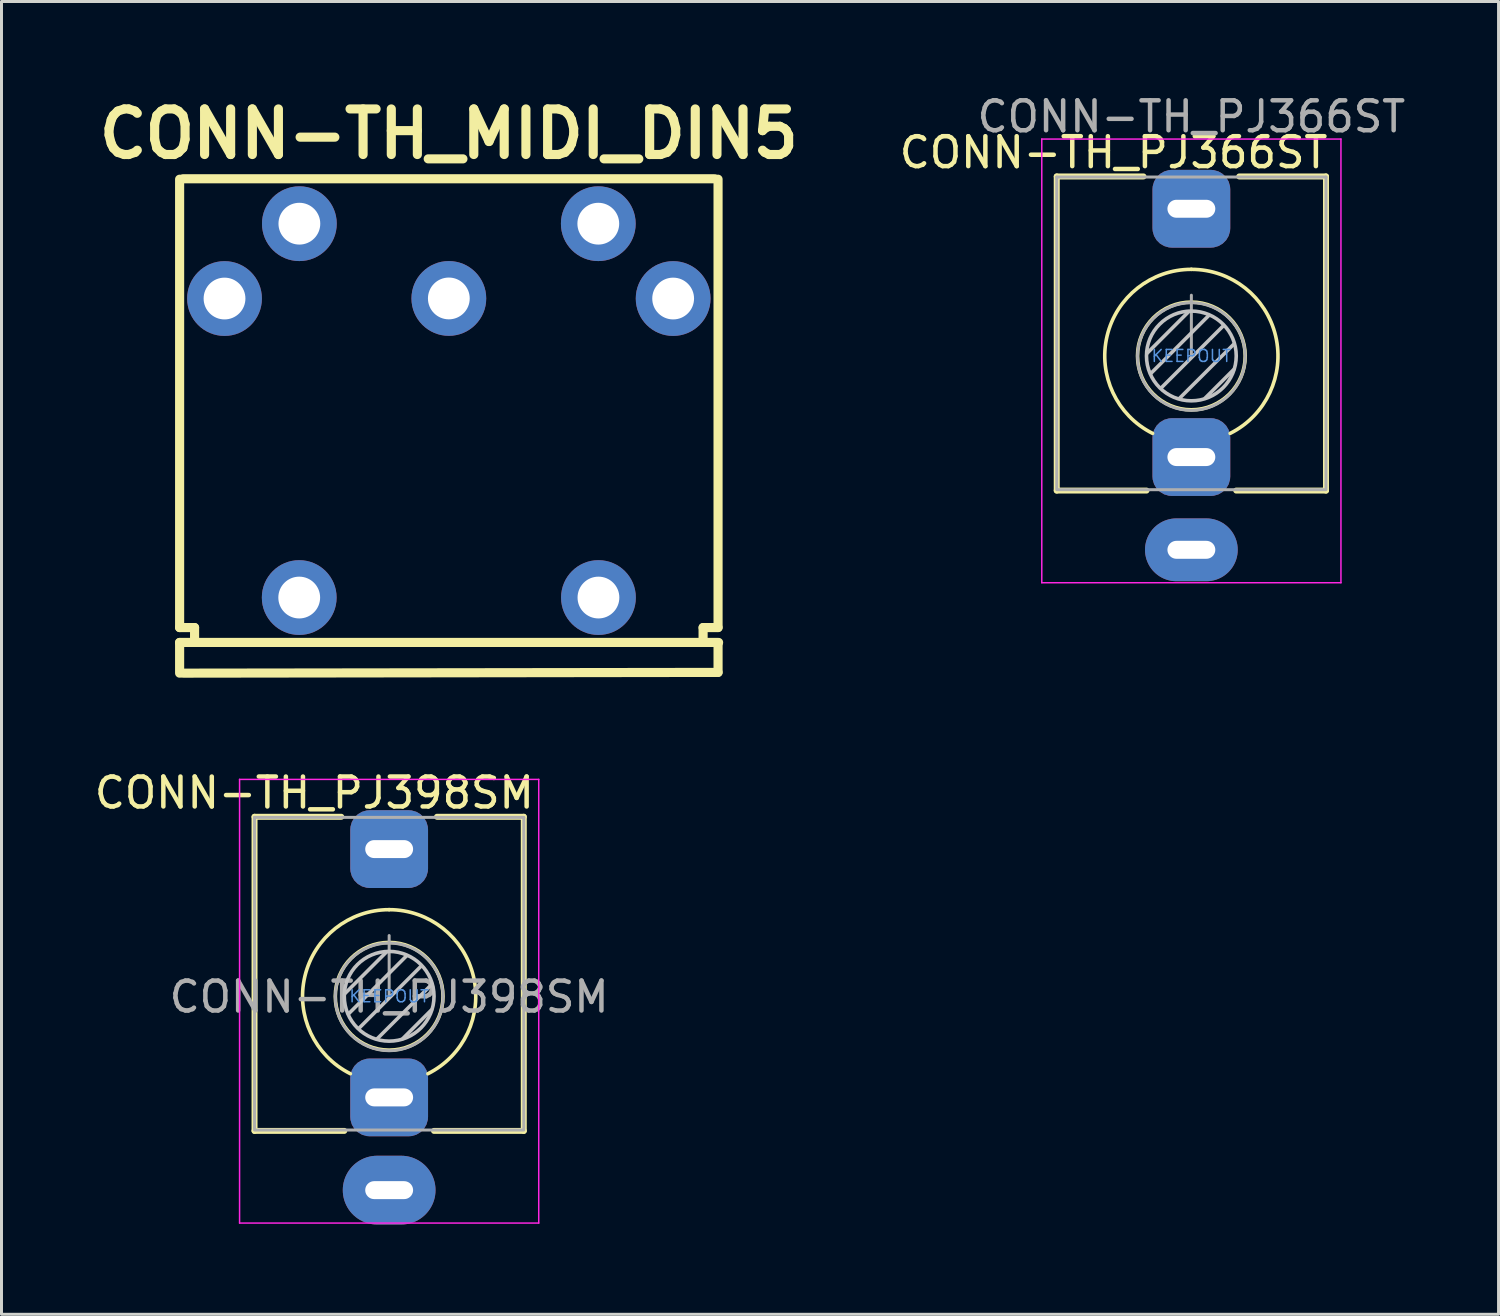
<source format=kicad_pcb>
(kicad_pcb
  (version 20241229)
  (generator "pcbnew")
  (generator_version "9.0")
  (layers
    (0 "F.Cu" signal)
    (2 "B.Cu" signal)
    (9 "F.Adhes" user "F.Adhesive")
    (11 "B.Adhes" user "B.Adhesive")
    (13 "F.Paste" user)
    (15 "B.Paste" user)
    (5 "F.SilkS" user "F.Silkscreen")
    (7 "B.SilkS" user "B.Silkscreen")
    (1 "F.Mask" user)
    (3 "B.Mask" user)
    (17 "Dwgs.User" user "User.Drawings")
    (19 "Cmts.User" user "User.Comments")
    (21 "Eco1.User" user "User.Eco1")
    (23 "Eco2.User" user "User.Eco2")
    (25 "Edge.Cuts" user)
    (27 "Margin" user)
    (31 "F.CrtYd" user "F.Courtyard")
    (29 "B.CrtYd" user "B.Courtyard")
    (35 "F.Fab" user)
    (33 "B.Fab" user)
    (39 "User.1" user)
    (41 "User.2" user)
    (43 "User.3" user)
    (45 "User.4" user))
  (footprint "CONN-TH_MIDI_DIN5"
    (layer "F.Cu")
    (at 11.953 9.926)
    (property "Reference" "CONN-TH_MIDI_DIN5" (at 0 -8.5 0) (layer "F.SilkS") (effects (font (size 1.524 1.524) (thickness 0.305))))
    (attr through_hole)
    (fp_line (start -8.999 -6.985) (end -8.999 8.001) (stroke (width 0.305) (type solid)) (layer "F.SilkS"))
    (fp_line (start -8.999 8.001) (end -8.499 8.001) (stroke (width 0.305) (type solid)) (layer "F.SilkS"))
    (fp_line (start -8.999 8.499) (end 9.017 8.499) (stroke (width 0.305) (type solid)) (layer "F.SilkS"))
    (fp_line (start -8.999 9.525) (end -8.999 8.499) (stroke (width 0.305) (type solid)) (layer "F.SilkS"))
    (fp_line (start -8.499 8.001) (end -8.499 8.499) (stroke (width 0.305) (type solid)) (layer "F.SilkS"))
    (fp_line (start 8.499 8.499) (end 8.499 8.001) (stroke (width 0.305) (type solid)) (layer "F.SilkS"))
    (fp_line (start 8.89 -7) (end -8.89 -7) (stroke (width 0.305) (type solid)) (layer "F.SilkS"))
    (fp_line (start 8.999 -6.985) (end 8.999 8.001) (stroke (width 0.305) (type solid)) (layer "F.SilkS"))
    (fp_line (start 8.999 8.001) (end 8.499 8.001) (stroke (width 0.305) (type solid)) (layer "F.SilkS"))
    (fp_line (start 8.999 8.509) (end 8.999 9.5) (stroke (width 0.305) (type solid)) (layer "F.SilkS"))
    (fp_line (start 8.999 9.5) (end -8.89 9.525) (stroke (width 0.305) (type solid)) (layer "F.SilkS"))
    (pad "" np_thru_hole circle (at -5.001 6.998) (size 2.499 2.499) (drill 1.397) (layers "*.Cu" "*.Mask"))
    (pad "" np_thru_hole circle (at 5.001 6.998) (size 2.499 2.499) (drill 1.397) (layers "*.Cu" "*.Mask"))
    (pad "1" thru_hole circle (at 7.498 -2.997) (size 2.499 2.499) (drill 1.397) (layers "*.Cu" "*.Mask"))
    (pad "2" thru_hole circle (at 0 -3) (size 2.499 2.499) (drill 1.397) (layers "*.Cu" "*.Mask"))
    (pad "3" thru_hole circle (at -7.498 -2.997) (size 2.499 2.499) (drill 1.397) (layers "*.Cu" "*.Mask"))
    (pad "4" thru_hole circle (at 4.996 -5.499) (size 2.499 2.499) (drill 1.397) (layers "*.Cu" "*.Mask"))
    (pad "5" thru_hole circle (at -4.996 -5.499) (size 2.499 2.499) (drill 1.397) (layers "*.Cu" "*.Mask")))
  (footprint "CONN-TH_PJ398SM"
    (layer "F.Cu")
    (at 9.958 30.252)
    (property "Reference" "CONN-TH_PJ398SM" (at -2.5 -6.8 0) (layer "F.SilkS") (effects (font (size 1 1) (thickness 0.15))))
    (attr through_hole)
    (fp_line (start -4.5 -6) (end -1.6 -6) (stroke (width 0.2) (type solid)) (layer "F.SilkS"))
    (fp_line (start -4.5 4.5) (end -4.5 -6) (stroke (width 0.2) (type solid)) (layer "F.SilkS"))
    (fp_line (start -4.5 4.5) (end -1.5 4.5) (stroke (width 0.2) (type solid)) (layer "F.SilkS"))
    (fp_line (start 1.5 4.5) (end 4.5 4.5) (stroke (width 0.2) (type solid)) (layer "F.SilkS"))
    (fp_line (start 1.6 -6) (end 4.5 -6) (stroke (width 0.2) (type solid)) (layer "F.SilkS"))
    (fp_line (start 4.5 4.5) (end 4.5 -6) (stroke (width 0.2) (type solid)) (layer "F.SilkS"))
    (fp_arc (start -1.296263 2.588577) (mid -2.817353 -0.665994) (end 0 -2.895) (stroke (width 0.12) (type solid)) (layer "F.SilkS"))
    (fp_arc (start 0 -2.895) (mid 2.817353 -0.665994) (end 1.296263 2.588577) (stroke (width 0.12) (type solid)) (layer "F.SilkS"))
    (fp_circle (center 0 0) (end -1.8 0) (stroke (width 0.12) (type solid)) (fill no) (layer "F.SilkS"))
    (fp_line (start -0.09 -1.48) (end -1.48 -0.09) (stroke (width 0.12) (type solid)) (layer "Dwgs.User"))
    (fp_line (start 0.58 -1.35) (end -1.36 0.59) (stroke (width 0.12) (type solid)) (layer "Dwgs.User"))
    (fp_line (start 1.07 -1.01) (end -1.01 1.07) (stroke (width 0.12) (type solid)) (layer "Dwgs.User"))
    (fp_line (start 1.41 0.46) (end 0.46 1.41) (stroke (width 0.12) (type solid)) (layer "Dwgs.User"))
    (fp_line (start 1.42 -0.395) (end -0.4 1.42) (stroke (width 0.12) (type solid)) (layer "Dwgs.User"))
    (fp_circle (center 0 0) (end -1.5 0) (stroke (width 0.12) (type solid)) (fill no) (layer "Dwgs.User"))
    (fp_line (start -5 -7.25) (end -5 7.58) (stroke (width 0.05) (type solid)) (layer "F.CrtYd"))
    (fp_line (start -5 -7.25) (end 5 -7.25) (stroke (width 0.05) (type solid)) (layer "F.CrtYd"))
    (fp_line (start -5 7.58) (end 5 7.58) (stroke (width 0.05) (type solid)) (layer "F.CrtYd"))
    (fp_line (start 5 -7.25) (end 5 7.58) (stroke (width 0.05) (type solid)) (layer "F.CrtYd"))
    (fp_line (start -4.5 -5.98) (end -4.5 4.42) (stroke (width 0.1) (type solid)) (layer "F.Fab"))
    (fp_line (start -4.5 -5.98) (end 4.5 -5.98) (stroke (width 0.1) (type solid)) (layer "F.Fab"))
    (fp_line (start -4.5 4.47) (end 4.5 4.47) (stroke (width 0.1) (type solid)) (layer "F.Fab"))
    (fp_line (start 0 0) (end 0 -2.03) (stroke (width 0.1) (type solid)) (layer "F.Fab"))
    (fp_line (start 4.5 -5.98) (end 4.5 4.42) (stroke (width 0.1) (type solid)) (layer "F.Fab"))
    (fp_circle (center 0 0.02) (end -1.8 0.02) (stroke (width 0.1) (type solid)) (fill no) (layer "F.Fab"))
    (fp_text user "KEEPOUT" (at 0 0 180) (layer "Cmts.User") (effects (font (size 0.4 0.4) (thickness 0.051))))
    (fp_text user "${REFERENCE}" (at 0 0.02 0) (layer "F.Fab") (effects (font (size 1 1) (thickness 0.15))))
    (pad "S" thru_hole oval (at 0 6.48) (size 3.1 2.3) (drill oval 1.6 0.6) (layers "*.Cu" "*.Mask"))
    (pad "T" thru_hole roundrect (at 0 -4.92) (size 2.6 2.6) (drill oval 1.6 0.6) (layers "*.Cu" "*.Mask") (roundrect_rratio 0.25))
    (pad "TN" thru_hole roundrect (at 0 3.38) (size 2.6 2.6) (drill oval 1.6 0.6) (layers "*.Cu" "*.Mask") (roundrect_rratio 0.25)))
  (footprint "CONN-TH_PJ366ST"
    (layer "F.Cu")
    (at 36.773 8.848)
    (property "Reference" "CONN-TH_PJ366ST" (at -2.6 -6.8 0) (layer "F.SilkS") (effects (font (size 1 1) (thickness 0.15))))
    (attr through_hole)
    (fp_line (start -4.5 -6) (end -1.6 -6) (stroke (width 0.2) (type solid)) (layer "F.SilkS"))
    (fp_line (start -4.5 4.5) (end -4.5 -6) (stroke (width 0.2) (type solid)) (layer "F.SilkS"))
    (fp_line (start -4.5 4.5) (end -1.5 4.5) (stroke (width 0.2) (type solid)) (layer "F.SilkS"))
    (fp_line (start 1.5 4.5) (end 4.5 4.5) (stroke (width 0.2) (type solid)) (layer "F.SilkS"))
    (fp_line (start 1.6 -6) (end 4.5 -6) (stroke (width 0.2) (type solid)) (layer "F.SilkS"))
    (fp_line (start 4.5 4.5) (end 4.5 -6) (stroke (width 0.2) (type solid)) (layer "F.SilkS"))
    (fp_arc (start -1.296263 2.588577) (mid -2.817353 -0.665994) (end 0 -2.895) (stroke (width 0.12) (type solid)) (layer "F.SilkS"))
    (fp_arc (start 0 -2.895) (mid 2.817353 -0.665994) (end 1.296263 2.588577) (stroke (width 0.12) (type solid)) (layer "F.SilkS"))
    (fp_circle (center 0 0) (end -1.8 0) (stroke (width 0.12) (type solid)) (fill no) (layer "F.SilkS"))
    (fp_line (start -0.09 -1.48) (end -1.48 -0.09) (stroke (width 0.12) (type solid)) (layer "Dwgs.User"))
    (fp_line (start 0.58 -1.35) (end -1.36 0.59) (stroke (width 0.12) (type solid)) (layer "Dwgs.User"))
    (fp_line (start 1.07 -1.01) (end -1.01 1.07) (stroke (width 0.12) (type solid)) (layer "Dwgs.User"))
    (fp_line (start 1.41 0.46) (end 0.46 1.41) (stroke (width 0.12) (type solid)) (layer "Dwgs.User"))
    (fp_line (start 1.42 -0.395) (end -0.4 1.42) (stroke (width 0.12) (type solid)) (layer "Dwgs.User"))
    (fp_circle (center 0 0) (end -1.5 0) (stroke (width 0.12) (type solid)) (fill no) (layer "Dwgs.User"))
    (fp_line (start -5 -7.25) (end -5 7.58) (stroke (width 0.05) (type solid)) (layer "F.CrtYd"))
    (fp_line (start -5 -7.25) (end 5 -7.25) (stroke (width 0.05) (type solid)) (layer "F.CrtYd"))
    (fp_line (start -5 7.58) (end 5 7.58) (stroke (width 0.05) (type solid)) (layer "F.CrtYd"))
    (fp_line (start 5 -7.25) (end 5 7.58) (stroke (width 0.05) (type solid)) (layer "F.CrtYd"))
    (fp_line (start -4.5 -5.98) (end -4.5 4.42) (stroke (width 0.1) (type solid)) (layer "F.Fab"))
    (fp_line (start -4.5 -5.98) (end 4.5 -5.98) (stroke (width 0.1) (type solid)) (layer "F.Fab"))
    (fp_line (start -4.5 4.47) (end 4.5 4.47) (stroke (width 0.1) (type solid)) (layer "F.Fab"))
    (fp_line (start 0 0) (end 0 -2.03) (stroke (width 0.1) (type solid)) (layer "F.Fab"))
    (fp_line (start 4.5 -5.98) (end 4.5 4.42) (stroke (width 0.1) (type solid)) (layer "F.Fab"))
    (fp_circle (center 0 0.02) (end -1.8 0.02) (stroke (width 0.1) (type solid)) (fill no) (layer "F.Fab"))
    (fp_text user "KEEPOUT" (at 0 0 180) (layer "Cmts.User") (effects (font (size 0.4 0.4) (thickness 0.051))))
    (fp_text user "${REFERENCE}" (at 0 -8 0) (layer "F.Fab") (effects (font (size 1 1) (thickness 0.15))))
    (pad "R" thru_hole roundrect (at 0 3.38) (size 2.6 2.6) (drill oval 1.6 0.6) (layers "*.Cu" "*.Mask") (roundrect_rratio 0.25))
    (pad "S" thru_hole oval (at 0 6.48) (size 3.1 2.1) (drill oval 1.6 0.6) (layers "*.Cu" "*.Mask"))
    (pad "T" thru_hole roundrect (at 0 -4.92) (size 2.6 2.6) (drill oval 1.6 0.6) (layers "*.Cu" "*.Mask") (roundrect_rratio 0.25)))
  (gr_rect
    (start -3 -3)
    (end 47.041 40.882)
    (stroke (width 0.1) (type default))
    (fill no)
    (layer "Edge.Cuts")))
</source>
